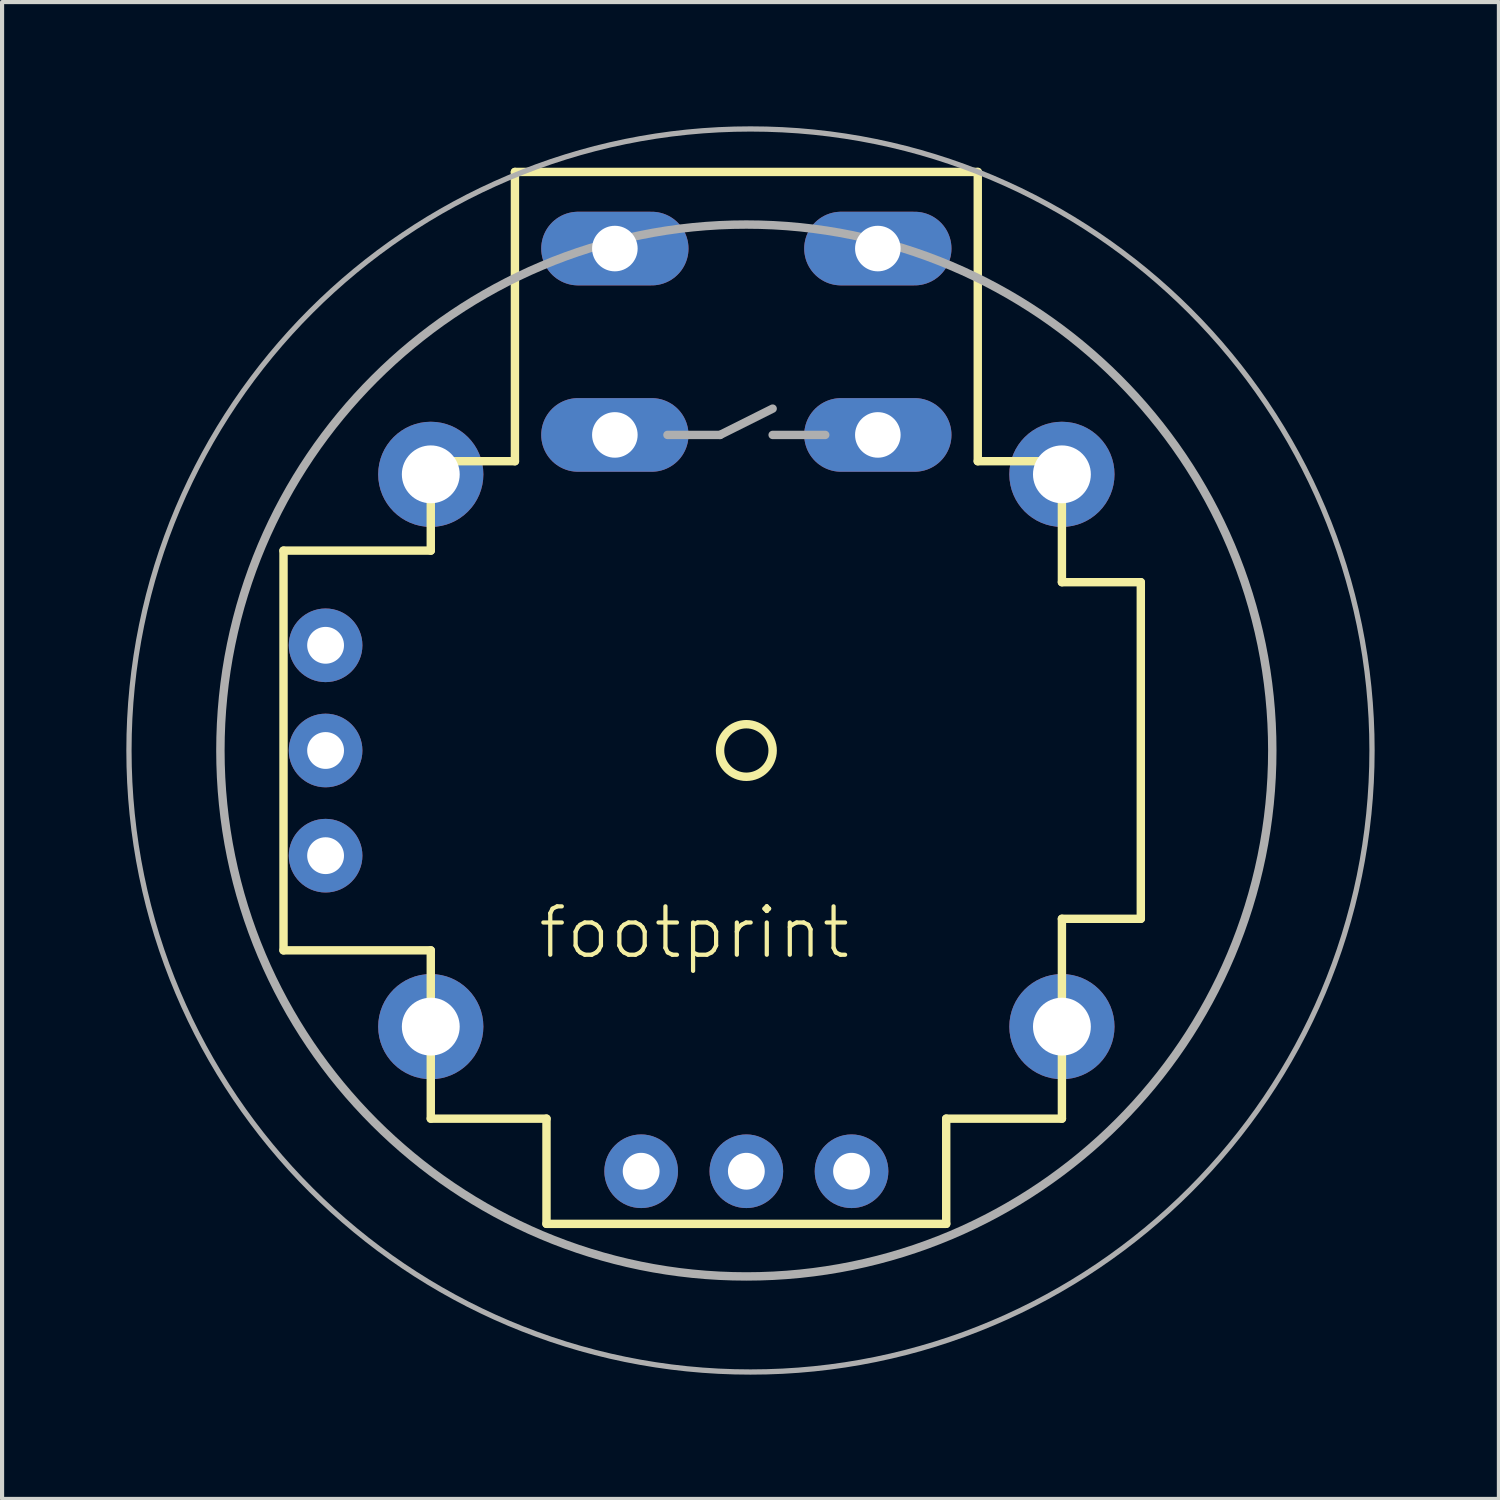
<source format=kicad_pcb>
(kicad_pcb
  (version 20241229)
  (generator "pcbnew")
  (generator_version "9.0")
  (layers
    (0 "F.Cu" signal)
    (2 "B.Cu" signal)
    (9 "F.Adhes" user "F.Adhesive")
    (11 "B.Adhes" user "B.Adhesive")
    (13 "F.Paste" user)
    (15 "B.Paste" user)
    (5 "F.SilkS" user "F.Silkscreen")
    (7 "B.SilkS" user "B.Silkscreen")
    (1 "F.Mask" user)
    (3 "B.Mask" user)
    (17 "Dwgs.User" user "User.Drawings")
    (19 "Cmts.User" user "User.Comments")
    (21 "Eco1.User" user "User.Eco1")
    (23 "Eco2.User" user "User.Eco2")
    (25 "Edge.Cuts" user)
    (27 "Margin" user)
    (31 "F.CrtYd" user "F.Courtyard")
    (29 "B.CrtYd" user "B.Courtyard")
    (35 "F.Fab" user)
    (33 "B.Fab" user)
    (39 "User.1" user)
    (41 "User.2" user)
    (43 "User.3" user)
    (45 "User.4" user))
  (footprint "footprint"
    (layer "F.Cu")
    (at 14.972 15.072)
    (property "Reference" "footprint" (at -5.08 5.08 0) (layer "F.SilkS") (effects (font (size 1.168 1.168) (thickness 0.102)) (justify left bottom)))
    (fp_line (start -11.176 -4.826) (end -11.176 4.826) (stroke (width 0.203) (type solid)) (layer "F.SilkS"))
    (fp_line (start -7.62 -4.826) (end -11.176 -4.826) (stroke (width 0.203) (type solid)) (layer "F.SilkS"))
    (fp_line (start -7.62 -4.826) (end -7.62 -6.985) (stroke (width 0.203) (type solid)) (layer "F.SilkS"))
    (fp_line (start -7.62 4.826) (end -11.176 4.826) (stroke (width 0.203) (type solid)) (layer "F.SilkS"))
    (fp_line (start -7.62 4.826) (end -7.62 8.89) (stroke (width 0.203) (type solid)) (layer "F.SilkS"))
    (fp_line (start -5.588 -13.97) (end -5.588 -6.985) (stroke (width 0.203) (type solid)) (layer "F.SilkS"))
    (fp_line (start -5.588 -6.985) (end -7.62 -6.985) (stroke (width 0.203) (type solid)) (layer "F.SilkS"))
    (fp_line (start -4.826 8.89) (end -7.62 8.89) (stroke (width 0.203) (type solid)) (layer "F.SilkS"))
    (fp_line (start -4.826 11.43) (end -4.826 8.89) (stroke (width 0.203) (type solid)) (layer "F.SilkS"))
    (fp_line (start 4.826 8.89) (end 7.62 8.89) (stroke (width 0.203) (type solid)) (layer "F.SilkS"))
    (fp_line (start 4.826 11.43) (end -4.826 11.43) (stroke (width 0.203) (type solid)) (layer "F.SilkS"))
    (fp_line (start 4.826 11.43) (end 4.826 8.89) (stroke (width 0.203) (type solid)) (layer "F.SilkS"))
    (fp_line (start 5.588 -13.97) (end -5.588 -13.97) (stroke (width 0.203) (type solid)) (layer "F.SilkS"))
    (fp_line (start 5.588 -13.97) (end 5.588 -6.985) (stroke (width 0.203) (type solid)) (layer "F.SilkS"))
    (fp_line (start 7.62 -6.985) (end 5.588 -6.985) (stroke (width 0.203) (type solid)) (layer "F.SilkS"))
    (fp_line (start 7.62 -4.064) (end 7.62 -6.985) (stroke (width 0.203) (type solid)) (layer "F.SilkS"))
    (fp_line (start 7.62 -4.064) (end 9.525 -4.064) (stroke (width 0.203) (type solid)) (layer "F.SilkS"))
    (fp_line (start 7.62 4.064) (end 7.62 8.89) (stroke (width 0.203) (type solid)) (layer "F.SilkS"))
    (fp_line (start 7.62 4.064) (end 9.525 4.064) (stroke (width 0.203) (type solid)) (layer "F.SilkS"))
    (fp_line (start 9.525 -4.064) (end 9.525 4.064) (stroke (width 0.203) (type solid)) (layer "F.SilkS"))
    (fp_circle (center 0 0) (end 0.635 0) (stroke (width 0.203) (type solid)) (fill no) (layer "F.SilkS"))
    (fp_line (start -1.905 -7.62) (end -0.635 -7.62) (stroke (width 0.203) (type solid)) (layer "F.Fab"))
    (fp_line (start -0.635 -7.62) (end 0.635 -8.255) (stroke (width 0.203) (type solid)) (layer "F.Fab"))
    (fp_line (start 0.635 -7.62) (end 1.905 -7.62) (stroke (width 0.203) (type solid)) (layer "F.Fab"))
    (fp_circle (center 0 0) (end 12.7 0) (stroke (width 0.203) (type solid)) (fill no) (layer "F.Fab"))
    (fp_circle (center 0.1 0) (end 15.108 0) (stroke (width 0.127) (type solid)) (fill no) (layer "F.Fab"))
    (pad "B1A" thru_hole oval (at -3.175 -12.12) (size 3.556 1.778) (drill 1.1) (layers "*.Cu" "*.Mask"))
    (pad "B1B" thru_hole oval (at 3.175 -12.12) (size 3.556 1.778) (drill 1.1) (layers "*.Cu" "*.Mask"))
    (pad "B2A" thru_hole oval (at -3.175 -7.62) (size 3.556 1.778) (drill 1.1) (layers "*.Cu" "*.Mask"))
    (pad "B2B" thru_hole oval (at 3.175 -7.62) (size 3.556 1.778) (drill 1.1) (layers "*.Cu" "*.Mask"))
    (pad "H1" thru_hole circle (at -2.54 10.16) (size 1.778 1.778) (drill 0.889) (layers "*.Cu" "*.Mask"))
    (pad "H2" thru_hole circle (at 0 10.16) (size 1.778 1.778) (drill 0.889) (layers "*.Cu" "*.Mask"))
    (pad "H3" thru_hole circle (at 2.54 10.16) (size 1.778 1.778) (drill 0.889) (layers "*.Cu" "*.Mask"))
    (pad "MOUNT1" thru_hole circle (at -7.62 -6.668) (size 2.54 2.54) (drill 1.397) (layers "*.Cu" "*.Mask"))
    (pad "MOUNT2" thru_hole circle (at -7.62 6.668) (size 2.54 2.54) (drill 1.397) (layers "*.Cu" "*.Mask"))
    (pad "MOUNT3" thru_hole circle (at 7.62 6.668) (size 2.54 2.54) (drill 1.397) (layers "*.Cu" "*.Mask"))
    (pad "MOUNT4" thru_hole circle (at 7.62 -6.668) (size 2.54 2.54) (drill 1.397) (layers "*.Cu" "*.Mask"))
    (pad "V1" thru_hole circle (at -10.16 -2.54) (size 1.778 1.778) (drill 0.889) (layers "*.Cu" "*.Mask"))
    (pad "V2" thru_hole circle (at -10.16 0) (size 1.778 1.778) (drill 0.889) (layers "*.Cu" "*.Mask"))
    (pad "V3" thru_hole circle (at -10.16 2.54) (size 1.778 1.778) (drill 0.889) (layers "*.Cu" "*.Mask")))
  (gr_rect
    (start -3 -3)
    (end 33.144 33.144)
    (stroke (width 0.1) (type default))
    (fill no)
    (layer "Edge.Cuts")))
</source>
